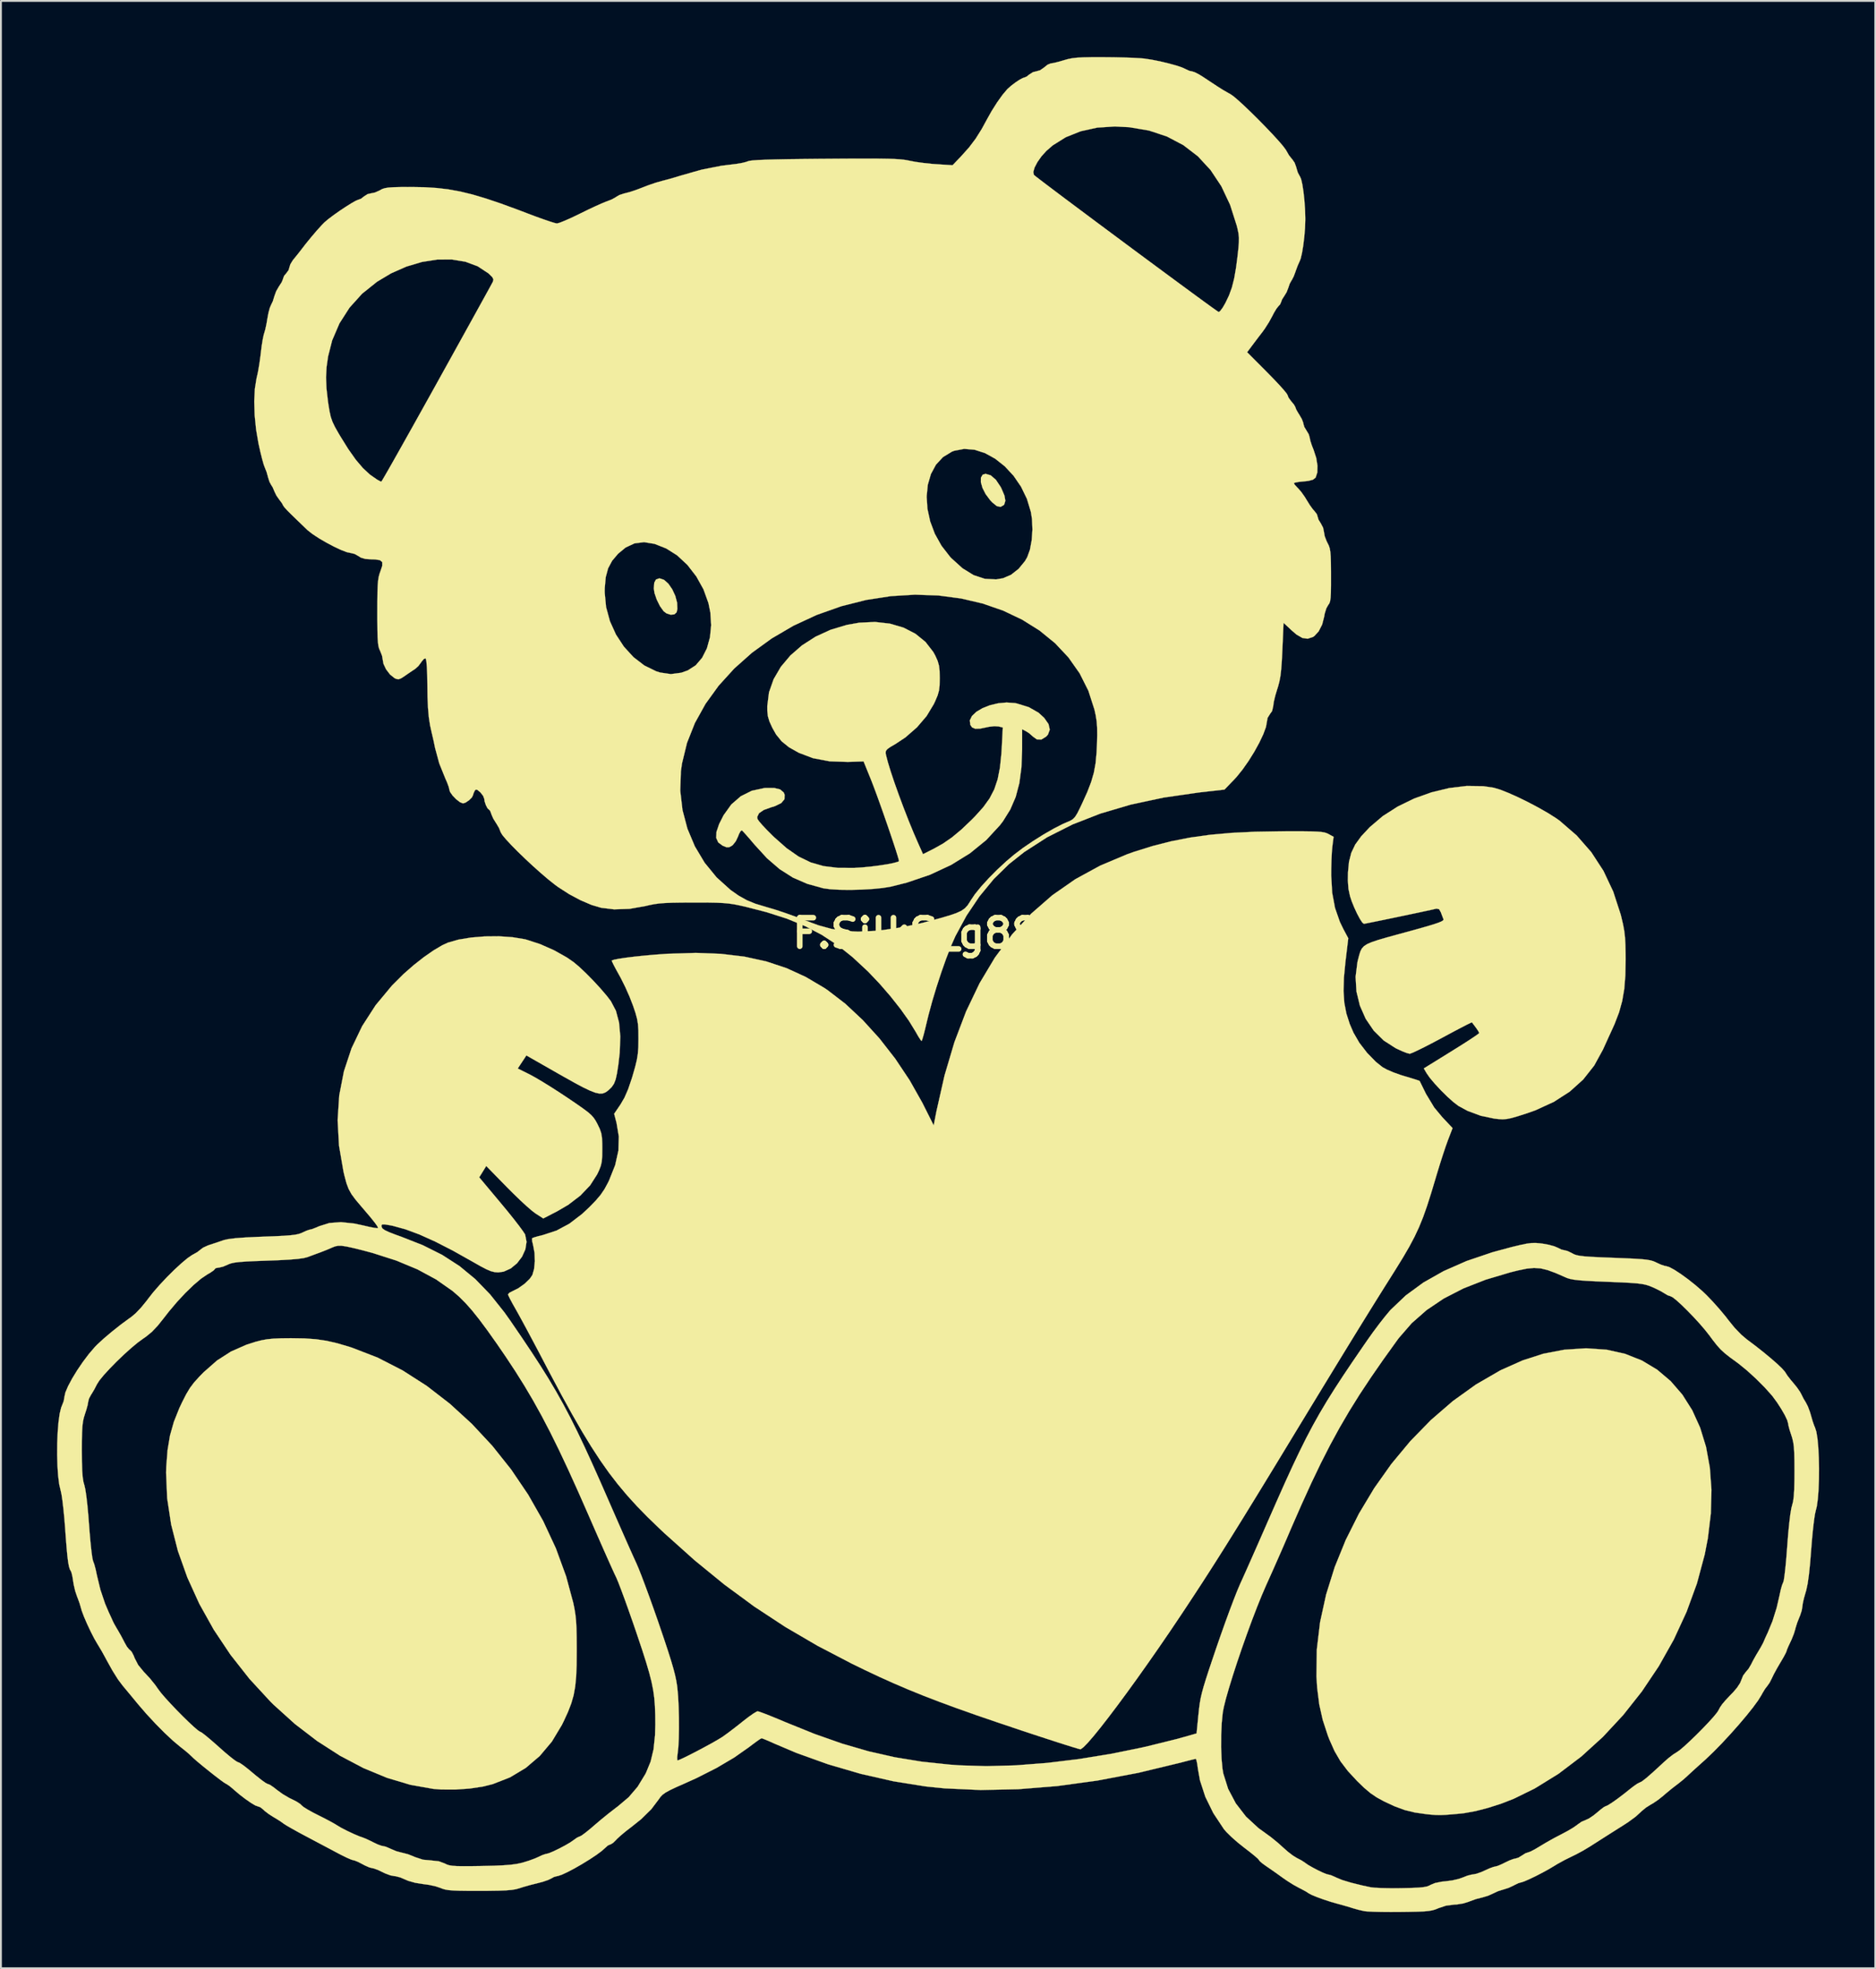
<source format=kicad_pcb>
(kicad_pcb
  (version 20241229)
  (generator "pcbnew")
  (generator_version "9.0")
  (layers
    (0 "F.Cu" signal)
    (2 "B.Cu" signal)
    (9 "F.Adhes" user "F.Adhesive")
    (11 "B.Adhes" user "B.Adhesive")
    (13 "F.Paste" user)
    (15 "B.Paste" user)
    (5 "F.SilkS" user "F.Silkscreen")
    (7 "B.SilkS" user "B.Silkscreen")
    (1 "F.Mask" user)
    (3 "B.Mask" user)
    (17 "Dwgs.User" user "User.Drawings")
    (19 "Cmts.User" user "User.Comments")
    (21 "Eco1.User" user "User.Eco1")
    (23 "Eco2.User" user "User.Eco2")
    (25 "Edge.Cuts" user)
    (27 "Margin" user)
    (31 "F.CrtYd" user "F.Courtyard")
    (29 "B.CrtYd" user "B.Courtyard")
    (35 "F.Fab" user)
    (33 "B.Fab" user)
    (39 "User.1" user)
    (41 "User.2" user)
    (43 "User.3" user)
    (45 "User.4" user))
  (footprint "F.SilkS_g884"
    (layer "F.Cu")
    (at 46.62 46.821)
    (property "Reference" "F.SilkS_g884" (at 0 0 0) (layer "F.SilkS") (effects (font (size 1.524 1.524) (thickness 0.3))))
    (attr through_hole)
    (fp_poly (pts (xy 3.276 -24.471) (xy 3.549 -24.234) (xy 3.802 -23.857) (xy 3.845 -23.774) (xy 4.008 -23.392) (xy 4.057 -23.113) (xy 3.997 -22.918) (xy 3.962 -22.877) (xy 3.794 -22.784) (xy 3.598 -22.83) (xy 3.359 -23.023) (xy 3.239 -23.151) (xy 2.998 -23.477) (xy 2.833 -23.803) (xy 2.749 -24.102) (xy 2.751 -24.346) (xy 2.843 -24.505) (xy 3 -24.553) (xy 3.276 -24.471)) (stroke (width 0.01) (type solid)) (fill yes) (layer "F.SilkS"))
    (fp_poly (pts (xy -14.182 -18.887) (xy -13.951 -18.68) (xy -13.745 -18.381) (xy -13.583 -18.031) (xy -13.486 -17.667) (xy -13.472 -17.33) (xy -13.513 -17.152) (xy -13.633 -17.042) (xy -13.833 -17.025) (xy -14.054 -17.096) (xy -14.204 -17.209) (xy -14.399 -17.48) (xy -14.572 -17.828) (xy -14.693 -18.181) (xy -14.73 -18.429) (xy -14.705 -18.736) (xy -14.614 -18.907) (xy -14.444 -18.965) (xy -14.418 -18.965) (xy -14.182 -18.887)) (stroke (width 0.01) (type solid)) (fill yes) (layer "F.SilkS"))
    (fp_poly (pts (xy 36.196 22.251) (xy 37.177 22.471) (xy 38.076 22.828) (xy 38.888 23.316) (xy 39.609 23.926) (xy 40.236 24.651) (xy 40.763 25.484) (xy 41.186 26.417) (xy 41.501 27.443) (xy 41.704 28.554) (xy 41.791 29.743) (xy 41.757 31.002) (xy 41.598 32.323) (xy 41.431 33.189) (xy 41.014 34.741) (xy 40.458 36.262) (xy 39.776 37.74) (xy 38.977 39.16) (xy 38.073 40.508) (xy 37.074 41.772) (xy 35.991 42.936) (xy 34.835 43.987) (xy 33.616 44.911) (xy 32.347 45.695) (xy 31.219 46.247) (xy 30.555 46.506) (xy 29.855 46.73) (xy 29.175 46.906) (xy 28.57 47.015) (xy 28.415 47.033) (xy 27.934 47.077) (xy 27.576 47.104) (xy 27.297 47.115) (xy 27.052 47.11) (xy 26.795 47.092) (xy 26.554 47.067) (xy 25.942 46.98) (xy 25.397 46.846) (xy 24.851 46.645) (xy 24.29 46.383) (xy 23.904 46.173) (xy 23.568 45.945) (xy 23.228 45.658) (xy 22.86 45.302) (xy 22.358 44.76) (xy 21.967 44.245) (xy 21.649 43.699) (xy 21.367 43.066) (xy 21.287 42.856) (xy 21.018 42.034) (xy 20.833 41.209) (xy 20.72 40.32) (xy 20.682 39.708) (xy 20.701 38.27) (xy 20.876 36.807) (xy 21.198 35.334) (xy 21.657 33.866) (xy 22.245 32.419) (xy 22.953 31.007) (xy 23.771 29.645) (xy 24.69 28.348) (xy 25.702 27.131) (xy 26.797 26.009) (xy 27.967 24.997) (xy 29.203 24.11) (xy 30.494 23.362) (xy 30.565 23.327) (xy 31.702 22.82) (xy 32.809 22.464) (xy 33.915 22.252) (xy 35.049 22.176) (xy 35.137 22.176) (xy 36.196 22.251)) (stroke (width 0.01) (type solid)) (fill yes) (layer "F.SilkS"))
    (fp_poly (pts (xy -33.401 21.646) (xy -32.789 21.689) (xy -32.222 21.773) (xy -31.64 21.907) (xy -30.982 22.102) (xy -30.85 22.145) (xy -29.487 22.673) (xy -28.155 23.356) (xy -26.866 24.182) (xy -25.63 25.137) (xy -24.458 26.209) (xy -23.363 27.384) (xy -22.355 28.65) (xy -21.445 29.994) (xy -20.644 31.402) (xy -19.964 32.863) (xy -19.416 34.363) (xy -19.034 35.782) (xy -18.968 36.105) (xy -18.919 36.414) (xy -18.885 36.742) (xy -18.864 37.125) (xy -18.853 37.6) (xy -18.849 38.2) (xy -18.849 38.354) (xy -18.855 39.108) (xy -18.881 39.728) (xy -18.932 40.251) (xy -19.016 40.713) (xy -19.141 41.149) (xy -19.313 41.596) (xy -19.539 42.088) (xy -19.647 42.307) (xy -20.179 43.191) (xy -20.824 43.957) (xy -21.573 44.596) (xy -22.415 45.101) (xy -23.339 45.462) (xy -23.874 45.595) (xy -24.574 45.7) (xy -25.34 45.753) (xy -26.087 45.75) (xy -26.509 45.718) (xy -27.734 45.501) (xy -28.983 45.129) (xy -30.242 44.608) (xy -31.493 43.949) (xy -32.722 43.159) (xy -33.913 42.246) (xy -35.05 41.219) (xy -35.214 41.057) (xy -36.338 39.838) (xy -37.351 38.551) (xy -38.246 37.21) (xy -39.017 35.83) (xy -39.657 34.423) (xy -40.162 33.005) (xy -40.523 31.589) (xy -40.736 30.188) (xy -40.794 28.818) (xy -40.784 28.499) (xy -40.715 27.614) (xy -40.585 26.835) (xy -40.379 26.105) (xy -40.084 25.367) (xy -39.94 25.061) (xy -39.722 24.633) (xy -39.522 24.298) (xy -39.3 24.002) (xy -39.015 23.687) (xy -38.782 23.45) (xy -38.074 22.827) (xy -37.326 22.347) (xy -36.494 21.981) (xy -36.021 21.83) (xy -35.704 21.748) (xy -35.398 21.692) (xy -35.058 21.658) (xy -34.638 21.64) (xy -34.121 21.635) (xy -33.401 21.646)) (stroke (width 0.01) (type solid)) (fill yes) (layer "F.SilkS"))
    (fp_poly (pts (xy 29.599 -7.862) (xy 30.158 -7.778) (xy 30.496 -7.677) (xy 30.94 -7.502) (xy 31.454 -7.272) (xy 32.001 -7.004) (xy 32.545 -6.716) (xy 33.05 -6.428) (xy 33.479 -6.157) (xy 33.677 -6.017) (xy 34.587 -5.229) (xy 35.367 -4.337) (xy 36.018 -3.338) (xy 36.541 -2.229) (xy 36.939 -1.007) (xy 36.977 -0.856) (xy 37.067 -0.473) (xy 37.129 -0.135) (xy 37.169 0.206) (xy 37.192 0.597) (xy 37.203 1.085) (xy 37.205 1.397) (xy 37.189 2.244) (xy 37.131 2.969) (xy 37.021 3.615) (xy 36.852 4.226) (xy 36.614 4.844) (xy 36.489 5.122) (xy 36.326 5.477) (xy 36.139 5.888) (xy 35.993 6.21) (xy 35.524 7.066) (xy 34.934 7.814) (xy 34.216 8.459) (xy 33.367 9.006) (xy 32.38 9.458) (xy 31.865 9.639) (xy 31.424 9.779) (xy 31.101 9.871) (xy 30.852 9.922) (xy 30.634 9.938) (xy 30.405 9.926) (xy 30.181 9.9) (xy 29.458 9.748) (xy 28.759 9.488) (xy 28.271 9.224) (xy 28.005 9.022) (xy 27.68 8.731) (xy 27.334 8.39) (xy 27.007 8.038) (xy 26.736 7.716) (xy 26.566 7.472) (xy 26.419 7.219) (xy 27.899 6.303) (xy 28.344 6.025) (xy 28.736 5.776) (xy 29.052 5.568) (xy 29.272 5.418) (xy 29.375 5.337) (xy 29.379 5.33) (xy 29.333 5.23) (xy 29.218 5.06) (xy 29.194 5.028) (xy 29.068 4.86) (xy 28.995 4.762) (xy 28.991 4.756) (xy 28.914 4.787) (xy 28.711 4.887) (xy 28.404 5.046) (xy 28.013 5.251) (xy 27.562 5.493) (xy 27.397 5.582) (xy 26.919 5.836) (xy 26.485 6.061) (xy 26.118 6.242) (xy 25.844 6.37) (xy 25.685 6.431) (xy 25.664 6.435) (xy 25.516 6.398) (xy 25.268 6.302) (xy 24.968 6.164) (xy 24.909 6.135) (xy 24.277 5.728) (xy 23.742 5.198) (xy 23.314 4.57) (xy 23.004 3.867) (xy 22.82 3.111) (xy 22.773 2.326) (xy 22.873 1.534) (xy 22.907 1.394) (xy 22.969 1.155) (xy 23.029 0.965) (xy 23.107 0.812) (xy 23.222 0.686) (xy 23.394 0.575) (xy 23.641 0.468) (xy 23.983 0.353) (xy 24.439 0.221) (xy 25.028 0.059) (xy 25.396 -0.041) (xy 26.052 -0.221) (xy 26.561 -0.366) (xy 26.939 -0.479) (xy 27.202 -0.568) (xy 27.368 -0.638) (xy 27.453 -0.694) (xy 27.473 -0.743) (xy 27.469 -0.755) (xy 27.4 -0.934) (xy 27.331 -1.121) (xy 27.237 -1.287) (xy 27.101 -1.318) (xy 27.064 -1.311) (xy 26.858 -1.264) (xy 26.538 -1.195) (xy 26.131 -1.108) (xy 25.667 -1.01) (xy 25.174 -0.906) (xy 24.681 -0.803) (xy 24.216 -0.707) (xy 23.809 -0.624) (xy 23.487 -0.559) (xy 23.279 -0.519) (xy 23.215 -0.508) (xy 23.128 -0.581) (xy 23.001 -0.775) (xy 22.853 -1.053) (xy 22.702 -1.378) (xy 22.567 -1.71) (xy 22.477 -1.981) (xy 22.392 -2.375) (xy 22.36 -2.821) (xy 22.367 -3.255) (xy 22.421 -3.821) (xy 22.544 -4.303) (xy 22.754 -4.743) (xy 23.072 -5.182) (xy 23.518 -5.66) (xy 23.531 -5.673) (xy 24.225 -6.263) (xy 25.028 -6.776) (xy 25.908 -7.204) (xy 26.836 -7.535) (xy 27.78 -7.762) (xy 28.712 -7.874) (xy 29.599 -7.862)) (stroke (width 0.01) (type solid)) (fill yes) (layer "F.SilkS"))
    (fp_poly (pts (xy -2.112 -16.547) (xy -1.387 -16.334) (xy -0.748 -16.006) (xy -0.212 -15.57) (xy 0.204 -15.033) (xy 0.316 -14.829) (xy 0.438 -14.554) (xy 0.509 -14.304) (xy 0.542 -14.013) (xy 0.549 -13.631) (xy 0.542 -13.255) (xy 0.51 -12.973) (xy 0.436 -12.712) (xy 0.305 -12.402) (xy 0.232 -12.247) (xy -0.151 -11.611) (xy -0.667 -11.007) (xy -1.281 -10.471) (xy -1.803 -10.125) (xy -2.091 -9.956) (xy -2.258 -9.837) (xy -2.331 -9.738) (xy -2.34 -9.626) (xy -2.323 -9.533) (xy -2.226 -9.154) (xy -2.072 -8.651) (xy -1.873 -8.055) (xy -1.639 -7.399) (xy -1.383 -6.712) (xy -1.116 -6.027) (xy -0.849 -5.375) (xy -0.601 -4.803) (xy -0.344 -4.229) (xy 0.234 -4.52) (xy 0.73 -4.798) (xy 1.208 -5.129) (xy 1.703 -5.541) (xy 2.247 -6.059) (xy 2.443 -6.258) (xy 2.876 -6.74) (xy 3.213 -7.207) (xy 3.465 -7.693) (xy 3.646 -8.233) (xy 3.768 -8.858) (xy 3.845 -9.603) (xy 3.867 -9.965) (xy 3.92 -10.997) (xy 3.694 -11.054) (xy 3.47 -11.068) (xy 3.185 -11.036) (xy 3.093 -11.016) (xy 2.708 -10.937) (xy 2.447 -10.93) (xy 2.28 -11.002) (xy 2.185 -11.136) (xy 2.157 -11.377) (xy 2.272 -11.613) (xy 2.506 -11.835) (xy 2.833 -12.029) (xy 3.229 -12.185) (xy 3.666 -12.29) (xy 4.121 -12.333) (xy 4.568 -12.302) (xy 4.661 -12.284) (xy 5.308 -12.085) (xy 5.827 -11.79) (xy 6.133 -11.509) (xy 6.364 -11.179) (xy 6.43 -10.882) (xy 6.331 -10.617) (xy 6.239 -10.513) (xy 5.983 -10.355) (xy 5.737 -10.363) (xy 5.538 -10.507) (xy 5.332 -10.688) (xy 5.165 -10.795) (xy 4.953 -10.904) (xy 4.952 -9.834) (xy 4.916 -8.867) (xy 4.804 -8.027) (xy 4.609 -7.288) (xy 4.322 -6.62) (xy 3.935 -5.998) (xy 3.769 -5.779) (xy 3.035 -4.983) (xy 2.161 -4.273) (xy 1.157 -3.654) (xy 0.033 -3.131) (xy -1.202 -2.711) (xy -2.045 -2.498) (xy -2.482 -2.425) (xy -3.022 -2.37) (xy -3.621 -2.335) (xy -4.233 -2.32) (xy -4.812 -2.327) (xy -5.312 -2.357) (xy -5.673 -2.407) (xy -6.527 -2.643) (xy -7.294 -2.976) (xy -8.002 -3.426) (xy -8.678 -4.008) (xy -9.35 -4.741) (xy -9.35 -4.741) (xy -9.599 -5.036) (xy -9.813 -5.28) (xy -9.965 -5.446) (xy -10.027 -5.503) (xy -10.096 -5.457) (xy -10.184 -5.292) (xy -10.225 -5.182) (xy -10.346 -4.925) (xy -10.504 -4.723) (xy -10.554 -4.682) (xy -10.708 -4.599) (xy -10.844 -4.598) (xy -11.043 -4.679) (xy -11.052 -4.683) (xy -11.286 -4.856) (xy -11.396 -5.098) (xy -11.381 -5.421) (xy -11.241 -5.836) (xy -11.002 -6.308) (xy -10.589 -6.885) (xy -10.084 -7.323) (xy -9.495 -7.617) (xy -8.829 -7.761) (xy -8.768 -7.766) (xy -8.302 -7.768) (xy -7.978 -7.688) (xy -7.787 -7.523) (xy -7.738 -7.404) (xy -7.75 -7.162) (xy -7.92 -6.96) (xy -8.252 -6.797) (xy -8.467 -6.731) (xy -8.858 -6.59) (xy -9.108 -6.417) (xy -9.205 -6.219) (xy -9.192 -6.113) (xy -9.112 -5.993) (xy -8.934 -5.784) (xy -8.68 -5.515) (xy -8.376 -5.211) (xy -8.299 -5.137) (xy -7.632 -4.548) (xy -6.994 -4.103) (xy -6.348 -3.789) (xy -5.662 -3.592) (xy -4.898 -3.498) (xy -4.024 -3.494) (xy -4.022 -3.494) (xy -3.6 -3.521) (xy -3.143 -3.565) (xy -2.689 -3.623) (xy -2.274 -3.687) (xy -1.932 -3.754) (xy -1.7 -3.817) (xy -1.627 -3.852) (xy -1.642 -3.938) (xy -1.706 -4.159) (xy -1.81 -4.489) (xy -1.947 -4.906) (xy -2.108 -5.383) (xy -2.284 -5.897) (xy -2.467 -6.422) (xy -2.649 -6.936) (xy -2.821 -7.412) (xy -2.975 -7.826) (xy -3.102 -8.154) (xy -3.113 -8.183) (xy -3.52 -9.186) (xy -4.363 -9.158) (xy -5.34 -9.191) (xy -6.223 -9.358) (xy -6.985 -9.648) (xy -7.504 -9.94) (xy -7.895 -10.255) (xy -8.197 -10.628) (xy -8.397 -10.983) (xy -8.551 -11.321) (xy -8.634 -11.598) (xy -8.665 -11.897) (xy -8.666 -12.144) (xy -8.575 -12.874) (xy -8.328 -13.577) (xy -7.942 -14.239) (xy -7.431 -14.847) (xy -6.808 -15.388) (xy -6.088 -15.85) (xy -5.285 -16.218) (xy -4.414 -16.48) (xy -3.753 -16.597) (xy -2.907 -16.637) (xy -2.112 -16.547)) (stroke (width 0.01) (type solid)) (fill yes) (layer "F.SilkS"))
    (fp_poly (pts (xy 19.989 -5.452) (xy 20.406 -5.446) (xy 20.716 -5.434) (xy 20.942 -5.416) (xy 21.104 -5.389) (xy 21.224 -5.353) (xy 21.319 -5.309) (xy 21.597 -5.156) (xy 21.53 -4.631) (xy 21.503 -4.328) (xy 21.483 -3.915) (xy 21.471 -3.451) (xy 21.469 -3.09) (xy 21.521 -2.171) (xy 21.673 -1.357) (xy 21.932 -0.612) (xy 22.117 -0.231) (xy 22.381 0.264) (xy 22.23 1.531) (xy 22.149 2.369) (xy 22.128 3.083) (xy 22.17 3.71) (xy 22.28 4.286) (xy 22.461 4.848) (xy 22.66 5.31) (xy 22.973 5.85) (xy 23.389 6.389) (xy 23.856 6.868) (xy 24.213 7.153) (xy 24.45 7.283) (xy 24.793 7.431) (xy 25.184 7.571) (xy 25.368 7.627) (xy 25.712 7.729) (xy 25.986 7.814) (xy 26.157 7.872) (xy 26.195 7.889) (xy 26.237 7.972) (xy 26.335 8.172) (xy 26.471 8.45) (xy 26.534 8.579) (xy 26.978 9.312) (xy 27.405 9.825) (xy 27.955 10.408) (xy 27.702 11.067) (xy 27.588 11.385) (xy 27.443 11.818) (xy 27.283 12.319) (xy 27.123 12.84) (xy 27.055 13.068) (xy 26.81 13.885) (xy 26.59 14.573) (xy 26.38 15.168) (xy 26.162 15.704) (xy 25.922 16.216) (xy 25.644 16.741) (xy 25.311 17.313) (xy 24.908 17.967) (xy 24.702 18.295) (xy 24.312 18.913) (xy 23.889 19.59) (xy 23.425 20.336) (xy 22.915 21.161) (xy 22.352 22.077) (xy 21.729 23.095) (xy 21.04 24.224) (xy 20.277 25.476) (xy 19.435 26.862) (xy 19.346 27.009) (xy 18.596 28.244) (xy 17.922 29.349) (xy 17.315 30.34) (xy 16.766 31.232) (xy 16.264 32.041) (xy 15.8 32.784) (xy 15.364 33.474) (xy 14.946 34.129) (xy 14.537 34.763) (xy 14.125 35.393) (xy 13.703 36.033) (xy 13.455 36.407) (xy 12.861 37.291) (xy 12.265 38.161) (xy 11.677 39.004) (xy 11.105 39.811) (xy 10.556 40.57) (xy 10.04 41.269) (xy 9.564 41.898) (xy 9.138 42.445) (xy 8.769 42.899) (xy 8.466 43.249) (xy 8.237 43.484) (xy 8.091 43.593) (xy 8.064 43.599) (xy 7.952 43.572) (xy 7.699 43.497) (xy 7.323 43.38) (xy 6.842 43.227) (xy 6.276 43.043) (xy 5.642 42.836) (xy 4.961 42.61) (xy 4.911 42.594) (xy 3.624 42.161) (xy 2.477 41.768) (xy 1.45 41.404) (xy 0.519 41.061) (xy -0.338 40.731) (xy -1.141 40.405) (xy -1.914 40.074) (xy -2.678 39.73) (xy -3.455 39.364) (xy -4.149 39.026) (xy -5.983 38.069) (xy -7.711 37.059) (xy -9.362 35.974) (xy -10.965 34.795) (xy -12.552 33.499) (xy -14.152 32.066) (xy -14.456 31.78) (xy -15.07 31.185) (xy -15.633 30.609) (xy -16.155 30.034) (xy -16.649 29.445) (xy -17.127 28.825) (xy -17.598 28.157) (xy -18.076 27.424) (xy -18.571 26.611) (xy -19.095 25.699) (xy -19.66 24.674) (xy -20.277 23.518) (xy -20.569 22.961) (xy -20.882 22.364) (xy -21.193 21.777) (xy -21.486 21.227) (xy -21.747 20.744) (xy -21.959 20.356) (xy -22.104 20.097) (xy -22.282 19.782) (xy -22.422 19.519) (xy -22.506 19.344) (xy -22.521 19.295) (xy -22.451 19.21) (xy -22.303 19.132) (xy -21.962 18.96) (xy -21.629 18.722) (xy -21.359 18.46) (xy -21.22 18.258) (xy -21.127 17.935) (xy -21.087 17.519) (xy -21.103 17.077) (xy -21.177 16.679) (xy -21.18 16.667) (xy -21.231 16.451) (xy -21.239 16.31) (xy -21.231 16.292) (xy -21.13 16.25) (xy -20.912 16.186) (xy -20.655 16.122) (xy -19.933 15.885) (xy -19.245 15.517) (xy -18.568 15.001) (xy -18.194 14.652) (xy -17.837 14.285) (xy -17.574 13.976) (xy -17.369 13.675) (xy -17.183 13.333) (xy -17.122 13.208) (xy -16.795 12.387) (xy -16.622 11.611) (xy -16.6 10.859) (xy -16.722 10.131) (xy -16.849 9.643) (xy -16.509 9.143) (xy -16.299 8.783) (xy -16.104 8.336) (xy -15.91 7.767) (xy -15.86 7.602) (xy -15.725 7.13) (xy -15.635 6.759) (xy -15.583 6.432) (xy -15.557 6.088) (xy -15.55 5.671) (xy -15.55 5.63) (xy -15.554 5.19) (xy -15.576 4.855) (xy -15.626 4.559) (xy -15.714 4.24) (xy -15.845 3.852) (xy -16.028 3.382) (xy -16.258 2.864) (xy -16.495 2.388) (xy -16.574 2.245) (xy -16.75 1.927) (xy -16.886 1.669) (xy -16.965 1.502) (xy -16.978 1.456) (xy -16.859 1.412) (xy -16.597 1.36) (xy -16.22 1.303) (xy -15.754 1.246) (xy -15.226 1.191) (xy -14.663 1.141) (xy -14.091 1.1) (xy -13.987 1.093) (xy -12.502 1.047) (xy -11.143 1.097) (xy -9.89 1.246) (xy -8.729 1.5) (xy -7.64 1.86) (xy -6.608 2.333) (xy -5.615 2.92) (xy -5.438 3.04) (xy -4.497 3.763) (xy -3.569 4.631) (xy -2.672 5.618) (xy -1.829 6.699) (xy -1.061 7.849) (xy -0.387 9.043) (xy -0.319 9.177) (xy 0.227 10.266) (xy 0.373 9.514) (xy 0.807 7.595) (xy 1.335 5.815) (xy 1.959 4.173) (xy 2.679 2.667) (xy 3.499 1.296) (xy 4.419 0.056) (xy 5.44 -1.053) (xy 6.564 -2.034) (xy 7.792 -2.889) (xy 9.126 -3.618) (xy 10.567 -4.225) (xy 10.94 -4.357) (xy 11.931 -4.666) (xy 12.919 -4.918) (xy 13.932 -5.116) (xy 15 -5.265) (xy 16.15 -5.367) (xy 17.411 -5.428) (xy 18.754 -5.451) (xy 19.446 -5.453) (xy 19.989 -5.452)) (stroke (width 0.01) (type solid)) (fill yes) (layer "F.SilkS"))
    (fp_poly (pts (xy 9.3 -46.815) (xy 9.849 -46.81) (xy 10.386 -46.798) (xy 10.869 -46.781) (xy 11.257 -46.76) (xy 11.472 -46.742) (xy 11.87 -46.682) (xy 12.315 -46.594) (xy 12.763 -46.487) (xy 13.172 -46.375) (xy 13.499 -46.266) (xy 13.692 -46.177) (xy 13.891 -46.085) (xy 14.024 -46.059) (xy 14.17 -46.014) (xy 14.397 -45.899) (xy 14.599 -45.775) (xy 14.914 -45.567) (xy 15.243 -45.35) (xy 15.4 -45.246) (xy 15.687 -45.066) (xy 15.977 -44.898) (xy 16.077 -44.845) (xy 16.246 -44.727) (xy 16.505 -44.507) (xy 16.83 -44.209) (xy 17.199 -43.856) (xy 17.588 -43.47) (xy 17.975 -43.076) (xy 18.337 -42.695) (xy 18.651 -42.352) (xy 18.895 -42.068) (xy 19.044 -41.868) (xy 19.071 -41.821) (xy 19.21 -41.578) (xy 19.365 -41.382) (xy 19.383 -41.365) (xy 19.515 -41.175) (xy 19.606 -40.924) (xy 19.609 -40.904) (xy 19.684 -40.652) (xy 19.792 -40.452) (xy 19.801 -40.441) (xy 19.866 -40.289) (xy 19.93 -40.003) (xy 19.988 -39.619) (xy 20.036 -39.173) (xy 20.07 -38.7) (xy 20.085 -38.236) (xy 20.085 -38.1) (xy 20.069 -37.673) (xy 20.031 -37.213) (xy 19.977 -36.764) (xy 19.912 -36.367) (xy 19.843 -36.068) (xy 19.796 -35.941) (xy 19.682 -35.686) (xy 19.572 -35.391) (xy 19.559 -35.348) (xy 19.466 -35.102) (xy 19.369 -34.913) (xy 19.347 -34.883) (xy 19.25 -34.707) (xy 19.183 -34.508) (xy 19.084 -34.253) (xy 18.96 -34.052) (xy 18.844 -33.873) (xy 18.796 -33.739) (xy 18.737 -33.603) (xy 18.66 -33.521) (xy 18.548 -33.383) (xy 18.408 -33.151) (xy 18.321 -32.981) (xy 18.146 -32.661) (xy 17.926 -32.315) (xy 17.801 -32.141) (xy 17.575 -31.846) (xy 17.344 -31.541) (xy 17.23 -31.389) (xy 16.976 -31.05) (xy 18.055 -29.967) (xy 18.401 -29.613) (xy 18.702 -29.294) (xy 18.937 -29.031) (xy 19.087 -28.846) (xy 19.135 -28.763) (xy 19.189 -28.624) (xy 19.321 -28.442) (xy 19.346 -28.414) (xy 19.486 -28.242) (xy 19.556 -28.114) (xy 19.558 -28.1) (xy 19.602 -27.984) (xy 19.714 -27.79) (xy 19.77 -27.704) (xy 19.901 -27.477) (xy 19.975 -27.282) (xy 19.981 -27.235) (xy 20.032 -27.059) (xy 20.151 -26.862) (xy 20.271 -26.662) (xy 20.32 -26.487) (xy 20.352 -26.327) (xy 20.434 -26.072) (xy 20.532 -25.823) (xy 20.669 -25.402) (xy 20.735 -24.988) (xy 20.727 -24.627) (xy 20.642 -24.364) (xy 20.628 -24.343) (xy 20.494 -24.239) (xy 20.254 -24.175) (xy 19.993 -24.147) (xy 19.721 -24.119) (xy 19.534 -24.082) (xy 19.473 -24.05) (xy 19.53 -23.958) (xy 19.668 -23.81) (xy 19.695 -23.785) (xy 19.863 -23.593) (xy 20.054 -23.324) (xy 20.162 -23.147) (xy 20.327 -22.881) (xy 20.489 -22.657) (xy 20.575 -22.562) (xy 20.703 -22.396) (xy 20.743 -22.266) (xy 20.793 -22.1) (xy 20.913 -21.906) (xy 21.036 -21.673) (xy 21.082 -21.446) (xy 21.123 -21.218) (xy 21.227 -20.947) (xy 21.268 -20.867) (xy 21.337 -20.729) (xy 21.387 -20.583) (xy 21.421 -20.401) (xy 21.442 -20.15) (xy 21.453 -19.801) (xy 21.458 -19.324) (xy 21.458 -19.123) (xy 21.458 -18.594) (xy 21.452 -18.208) (xy 21.438 -17.938) (xy 21.413 -17.757) (xy 21.374 -17.638) (xy 21.319 -17.554) (xy 21.309 -17.543) (xy 21.209 -17.362) (xy 21.124 -17.088) (xy 21.092 -16.913) (xy 20.986 -16.499) (xy 20.802 -16.139) (xy 20.568 -15.883) (xy 20.489 -15.832) (xy 20.211 -15.742) (xy 19.93 -15.782) (xy 19.62 -15.961) (xy 19.374 -16.17) (xy 18.923 -16.592) (xy 18.859 -15.133) (xy 18.83 -14.554) (xy 18.797 -14.107) (xy 18.757 -13.756) (xy 18.703 -13.464) (xy 18.632 -13.193) (xy 18.583 -13.039) (xy 18.48 -12.698) (xy 18.405 -12.384) (xy 18.372 -12.161) (xy 18.372 -12.142) (xy 18.311 -11.876) (xy 18.203 -11.726) (xy 18.069 -11.51) (xy 18.034 -11.311) (xy 17.983 -11.025) (xy 17.841 -10.64) (xy 17.628 -10.188) (xy 17.36 -9.702) (xy 17.056 -9.213) (xy 16.733 -8.753) (xy 16.411 -8.354) (xy 16.289 -8.222) (xy 15.766 -7.68) (xy 14.4 -7.526) (xy 12.513 -7.253) (xy 10.757 -6.877) (xy 9.134 -6.398) (xy 7.644 -5.816) (xy 6.287 -5.131) (xy 5.065 -4.343) (xy 4.247 -3.695) (xy 3.437 -2.902) (xy 2.673 -1.974) (xy 1.982 -0.947) (xy 1.389 0.146) (xy 1.378 0.169) (xy 1.146 0.697) (xy 0.894 1.349) (xy 0.634 2.083) (xy 0.381 2.856) (xy 0.148 3.628) (xy -0.049 4.355) (xy -0.138 4.72) (xy -0.232 5.112) (xy -0.315 5.436) (xy -0.381 5.661) (xy -0.419 5.755) (xy -0.421 5.756) (xy -0.481 5.687) (xy -0.596 5.508) (xy -0.74 5.256) (xy -0.741 5.255) (xy -1.092 4.682) (xy -1.547 4.041) (xy -2.079 3.368) (xy -2.658 2.699) (xy -3.255 2.07) (xy -3.293 2.031) (xy -4.107 1.275) (xy -4.916 0.63) (xy -5.751 0.084) (xy -6.641 -0.382) (xy -7.614 -0.781) (xy -8.701 -1.129) (xy -9.779 -1.407) (xy -10.131 -1.488) (xy -10.431 -1.548) (xy -10.716 -1.59) (xy -11.02 -1.618) (xy -11.377 -1.635) (xy -11.822 -1.643) (xy -12.39 -1.645) (xy -12.615 -1.645) (xy -13.248 -1.642) (xy -13.743 -1.634) (xy -14.132 -1.619) (xy -14.447 -1.594) (xy -14.72 -1.556) (xy -14.983 -1.504) (xy -15.18 -1.457) (xy -16.027 -1.307) (xy -16.853 -1.28) (xy -17.543 -1.364) (xy -18.062 -1.518) (xy -18.65 -1.77) (xy -19.259 -2.095) (xy -19.841 -2.47) (xy -20.024 -2.604) (xy -20.379 -2.887) (xy -20.775 -3.225) (xy -21.19 -3.596) (xy -21.604 -3.981) (xy -21.994 -4.359) (xy -22.341 -4.71) (xy -22.624 -5.014) (xy -22.821 -5.25) (xy -22.912 -5.398) (xy -22.914 -5.405) (xy -23.001 -5.626) (xy -23.145 -5.869) (xy -23.163 -5.894) (xy -23.31 -6.131) (xy -23.409 -6.359) (xy -23.415 -6.381) (xy -23.476 -6.544) (xy -23.533 -6.604) (xy -23.613 -6.675) (xy -23.702 -6.845) (xy -23.771 -7.047) (xy -23.791 -7.186) (xy -23.85 -7.343) (xy -23.992 -7.524) (xy -24.007 -7.54) (xy -24.101 -7.617) (xy -13.317 -7.617) (xy -13.198 -6.589) (xy -12.935 -5.592) (xy -12.537 -4.646) (xy -12.014 -3.771) (xy -11.374 -2.988) (xy -10.628 -2.315) (xy -10.201 -2.016) (xy -9.772 -1.774) (xy -9.304 -1.581) (xy -8.733 -1.409) (xy -8.721 -1.405) (xy -8.29 -1.279) (xy -7.769 -1.108) (xy -7.222 -0.913) (xy -6.715 -0.717) (xy -6.7 -0.711) (xy -5.937 -0.429) (xy -5.232 -0.235) (xy -4.537 -0.124) (xy -3.806 -0.09) (xy -2.992 -0.125) (xy -2.473 -0.175) (xy -1.469 -0.322) (xy -0.391 -0.552) (xy 0.55 -0.802) (xy 1.057 -0.951) (xy 1.43 -1.078) (xy 1.698 -1.199) (xy 1.891 -1.333) (xy 2.041 -1.496) (xy 2.176 -1.705) (xy 2.205 -1.755) (xy 2.429 -2.087) (xy 2.759 -2.493) (xy 3.168 -2.942) (xy 3.627 -3.404) (xy 4.108 -3.851) (xy 4.53 -4.208) (xy 4.995 -4.56) (xy 5.532 -4.926) (xy 6.095 -5.28) (xy 6.639 -5.593) (xy 7.119 -5.838) (xy 7.311 -5.922) (xy 7.514 -6.009) (xy 7.661 -6.096) (xy 7.78 -6.219) (xy 7.899 -6.408) (xy 8.045 -6.698) (xy 8.153 -6.926) (xy 8.437 -7.553) (xy 8.643 -8.088) (xy 8.786 -8.582) (xy 8.878 -9.085) (xy 8.931 -9.649) (xy 8.952 -10.075) (xy 8.966 -10.592) (xy 8.961 -10.992) (xy 8.936 -11.327) (xy 8.885 -11.647) (xy 8.817 -11.957) (xy 8.493 -12.963) (xy 8.026 -13.893) (xy 7.428 -14.742) (xy 6.71 -15.506) (xy 5.882 -16.18) (xy 4.955 -16.76) (xy 3.941 -17.242) (xy 2.849 -17.621) (xy 1.692 -17.892) (xy 0.48 -18.052) (xy -0.776 -18.095) (xy -2.066 -18.017) (xy -3.377 -17.814) (xy -4.7 -17.481) (xy -4.709 -17.478) (xy -6.031 -17.01) (xy -7.274 -16.433) (xy -8.428 -15.757) (xy -9.484 -14.992) (xy -10.433 -14.148) (xy -11.264 -13.234) (xy -11.968 -12.26) (xy -12.536 -11.236) (xy -12.958 -10.172) (xy -13.224 -9.078) (xy -13.283 -8.655) (xy -13.317 -7.617) (xy -24.101 -7.617) (xy -24.161 -7.666) (xy -24.251 -7.676) (xy -24.302 -7.618) (xy -24.373 -7.459) (xy -24.383 -7.402) (xy -24.451 -7.263) (xy -24.61 -7.105) (xy -24.797 -6.981) (xy -24.927 -6.943) (xy -25.088 -7.006) (xy -25.29 -7.162) (xy -25.484 -7.362) (xy -25.62 -7.557) (xy -25.654 -7.667) (xy -25.689 -7.823) (xy -25.779 -8.065) (xy -25.86 -8.247) (xy -26.195 -9.076) (xy -26.422 -9.915) (xy -26.428 -9.948) (xy -26.497 -10.281) (xy -26.573 -10.612) (xy -26.597 -10.71) (xy -26.688 -11.119) (xy -26.754 -11.552) (xy -26.797 -12.046) (xy -26.823 -12.638) (xy -26.832 -13.309) (xy -26.84 -13.82) (xy -26.858 -14.232) (xy -26.883 -14.525) (xy -26.914 -14.675) (xy -26.925 -14.69) (xy -27.019 -14.661) (xy -27.137 -14.522) (xy -27.152 -14.497) (xy -27.31 -14.284) (xy -27.479 -14.131) (xy -27.661 -14.011) (xy -27.905 -13.845) (xy -28.017 -13.767) (xy -28.235 -13.624) (xy -28.378 -13.572) (xy -28.507 -13.598) (xy -28.588 -13.638) (xy -28.828 -13.831) (xy -29.039 -14.108) (xy -29.178 -14.404) (xy -29.21 -14.587) (xy -29.252 -14.828) (xy -29.352 -15.085) (xy -29.358 -15.096) (xy -29.409 -15.209) (xy -29.447 -15.352) (xy -29.473 -15.551) (xy -29.491 -15.83) (xy -29.501 -16.213) (xy -29.506 -16.724) (xy -29.506 -17.145) (xy -29.505 -17.76) (xy -29.498 -18.215) (xy -17.356 -18.215) (xy -17.282 -17.436) (xy -17.076 -16.679) (xy -16.753 -15.964) (xy -16.328 -15.316) (xy -15.818 -14.758) (xy -15.238 -14.312) (xy -14.606 -14.002) (xy -14.391 -13.934) (xy -13.82 -13.85) (xy -13.266 -13.923) (xy -12.912 -14.049) (xy -12.491 -14.32) (xy -12.149 -14.721) (xy -11.892 -15.228) (xy -11.729 -15.818) (xy -11.665 -16.466) (xy -11.709 -17.148) (xy -11.81 -17.645) (xy -12.075 -18.379) (xy -12.458 -19.069) (xy -12.936 -19.686) (xy -13.484 -20.196) (xy -14.065 -20.563) (xy -14.688 -20.809) (xy -15.249 -20.9) (xy -15.76 -20.837) (xy -16.234 -20.617) (xy -16.64 -20.282) (xy -16.957 -19.907) (xy -17.173 -19.503) (xy -17.3 -19.03) (xy -17.352 -18.451) (xy -17.356 -18.215) (xy -29.498 -18.215) (xy -29.498 -18.231) (xy -29.485 -18.587) (xy -29.463 -18.853) (xy -29.43 -19.056) (xy -29.385 -19.222) (xy -29.348 -19.322) (xy -29.242 -19.638) (xy -29.242 -19.835) (xy -29.365 -19.939) (xy -29.628 -19.978) (xy -29.789 -19.981) (xy -30.141 -20.003) (xy -30.385 -20.075) (xy -30.503 -20.151) (xy -30.718 -20.272) (xy -30.917 -20.32) (xy -31.131 -20.365) (xy -31.446 -20.486) (xy -31.825 -20.664) (xy -32.231 -20.879) (xy -32.626 -21.109) (xy -32.973 -21.337) (xy -33.234 -21.541) (xy -33.267 -21.572) (xy -33.562 -21.857) (xy -33.892 -22.176) (xy -34.112 -22.389) (xy -34.325 -22.603) (xy -34.48 -22.774) (xy -34.544 -22.867) (xy -34.544 -22.869) (xy -34.594 -22.97) (xy -34.716 -23.136) (xy -34.744 -23.171) (xy -34.864 -23.343) (xy -0.15 -23.343) (xy -0.108 -22.684) (xy 0.038 -22.012) (xy 0.288 -21.347) (xy 0.643 -20.709) (xy 1.101 -20.119) (xy 1.173 -20.042) (xy 1.765 -19.506) (xy 2.359 -19.14) (xy 2.958 -18.942) (xy 3.563 -18.911) (xy 3.937 -18.974) (xy 4.361 -19.158) (xy 4.763 -19.474) (xy 5.102 -19.886) (xy 5.225 -20.097) (xy 5.372 -20.502) (xy 5.466 -21.014) (xy 5.504 -21.578) (xy 5.48 -22.139) (xy 5.422 -22.512) (xy 5.209 -23.216) (xy 4.894 -23.866) (xy 4.495 -24.448) (xy 4.03 -24.95) (xy 3.516 -25.358) (xy 2.971 -25.659) (xy 2.412 -25.839) (xy 1.856 -25.885) (xy 1.322 -25.784) (xy 1.197 -25.736) (xy 0.721 -25.445) (xy 0.347 -25.04) (xy 0.078 -24.541) (xy -0.088 -23.969) (xy -0.15 -23.343) (xy -34.864 -23.343) (xy -34.9 -23.394) (xy -35.005 -23.611) (xy -35.008 -23.622) (xy -35.1 -23.837) (xy -35.18 -23.961) (xy -35.27 -24.129) (xy -35.345 -24.366) (xy -35.349 -24.384) (xy -35.425 -24.656) (xy -35.521 -24.896) (xy -35.521 -24.896) (xy -35.581 -25.06) (xy -35.662 -25.35) (xy -35.756 -25.726) (xy -35.85 -26.147) (xy -35.855 -26.166) (xy -35.983 -26.918) (xy -36.06 -27.685) (xy -36.082 -28.424) (xy -36.05 -29.093) (xy -35.961 -29.649) (xy -35.948 -29.7) (xy -35.948 -29.701) (xy -32.248 -29.701) (xy -32.224 -29.118) (xy -32.147 -28.443) (xy -32.127 -28.304) (xy -32.062 -27.904) (xy -31.995 -27.599) (xy -31.904 -27.335) (xy -31.77 -27.055) (xy -31.571 -26.705) (xy -31.493 -26.574) (xy -31.056 -25.871) (xy -30.657 -25.307) (xy -30.279 -24.862) (xy -29.904 -24.513) (xy -29.515 -24.242) (xy -29.51 -24.239) (xy -29.359 -24.158) (xy -29.293 -24.133) (xy -29.245 -24.205) (xy -29.123 -24.413) (xy -28.931 -24.745) (xy -28.678 -25.191) (xy -28.369 -25.738) (xy -28.012 -26.374) (xy -27.612 -27.087) (xy -27.177 -27.867) (xy -26.712 -28.701) (xy -26.329 -29.39) (xy -25.845 -30.263) (xy -25.384 -31.095) (xy -24.952 -31.875) (xy -24.556 -32.59) (xy -24.204 -33.227) (xy -23.902 -33.774) (xy -23.656 -34.22) (xy -23.474 -34.551) (xy -23.363 -34.756) (xy -23.329 -34.82) (xy -23.301 -34.94) (xy -23.362 -35.064) (xy -23.534 -35.233) (xy -23.583 -35.275) (xy -24.145 -35.644) (xy -24.799 -35.886) (xy -25.525 -36.005) (xy -26.305 -36) (xy -27.119 -35.874) (xy -27.948 -35.628) (xy -28.772 -35.264) (xy -29.523 -34.815) (xy -30.321 -34.176) (xy -30.992 -33.431) (xy -31.528 -32.595) (xy -31.92 -31.681) (xy -32.138 -30.824) (xy -32.22 -30.25) (xy -32.248 -29.701) (xy -35.948 -29.701) (xy -35.881 -30.009) (xy -35.811 -30.415) (xy -35.751 -30.848) (xy -35.733 -31.004) (xy -35.685 -31.388) (xy -35.629 -31.732) (xy -35.576 -31.986) (xy -35.552 -32.063) (xy -35.491 -32.274) (xy -35.426 -32.579) (xy -35.381 -32.848) (xy -35.322 -33.162) (xy -35.249 -33.428) (xy -35.188 -33.569) (xy -35.09 -33.774) (xy -35.011 -34.029) (xy -35.01 -34.036) (xy -34.911 -34.31) (xy -34.757 -34.576) (xy -34.744 -34.593) (xy -34.614 -34.795) (xy -34.547 -34.96) (xy -34.544 -34.983) (xy -34.486 -35.132) (xy -34.375 -35.264) (xy -34.246 -35.439) (xy -34.205 -35.583) (xy -34.153 -35.75) (xy -34.023 -35.963) (xy -33.972 -36.026) (xy -33.785 -36.256) (xy -33.617 -36.469) (xy -33.592 -36.503) (xy -33.332 -36.839) (xy -33.035 -37.204) (xy -32.738 -37.552) (xy -32.477 -37.841) (xy -32.332 -37.989) (xy -32.13 -38.16) (xy -31.851 -38.37) (xy -31.532 -38.596) (xy -31.204 -38.814) (xy -30.904 -39.003) (xy -30.665 -39.139) (xy -30.522 -39.2) (xy -30.511 -39.201) (xy -30.37 -39.256) (xy -30.226 -39.37) (xy -30.025 -39.498) (xy -29.847 -39.539) (xy -29.634 -39.583) (xy -29.39 -39.691) (xy -29.36 -39.708) (xy -29.241 -39.772) (xy -29.102 -39.817) (xy -28.917 -39.847) (xy -28.654 -39.866) (xy -28.286 -39.875) (xy -27.783 -39.878) (xy -27.674 -39.878) (xy -26.979 -39.866) (xy -26.334 -39.826) (xy -25.711 -39.753) (xy -25.083 -39.639) (xy -24.424 -39.479) (xy -23.706 -39.266) (xy -22.902 -38.995) (xy -21.985 -38.659) (xy -21.524 -38.483) (xy -21.052 -38.305) (xy -20.624 -38.151) (xy -20.271 -38.031) (xy -20.02 -37.954) (xy -19.906 -37.931) (xy -19.767 -37.967) (xy -19.511 -38.068) (xy -19.17 -38.218) (xy -18.777 -38.405) (xy -18.647 -38.469) (xy -18.226 -38.675) (xy -17.83 -38.861) (xy -17.496 -39.009) (xy -17.266 -39.103) (xy -17.23 -39.115) (xy -16.977 -39.214) (xy -16.776 -39.325) (xy -16.745 -39.349) (xy -16.566 -39.451) (xy -16.317 -39.533) (xy -16.28 -39.541) (xy -16.006 -39.613) (xy -15.68 -39.721) (xy -15.536 -39.775) (xy -15.024 -39.972) (xy -14.612 -40.113) (xy -14.246 -40.216) (xy -14.182 -40.232) (xy -13.909 -40.304) (xy -13.567 -40.403) (xy -13.335 -40.475) (xy -12.615 -40.68) (xy 5.549 -40.68) (xy 5.58 -40.528) (xy 5.583 -40.525) (xy 5.679 -40.446) (xy 5.896 -40.278) (xy 6.22 -40.031) (xy 6.639 -39.715) (xy 7.138 -39.339) (xy 7.706 -38.914) (xy 8.329 -38.449) (xy 8.993 -37.953) (xy 9.686 -37.438) (xy 10.395 -36.911) (xy 11.105 -36.384) (xy 11.805 -35.866) (xy 12.482 -35.366) (xy 13.12 -34.895) (xy 13.709 -34.462) (xy 14.234 -34.076) (xy 14.683 -33.748) (xy 15.042 -33.488) (xy 15.298 -33.305) (xy 15.439 -33.209) (xy 15.461 -33.196) (xy 15.546 -33.262) (xy 15.676 -33.44) (xy 15.813 -33.676) (xy 16.01 -34.087) (xy 16.164 -34.513) (xy 16.286 -34.994) (xy 16.386 -35.571) (xy 16.46 -36.143) (xy 16.51 -36.594) (xy 16.536 -36.923) (xy 16.538 -37.177) (xy 16.515 -37.402) (xy 16.465 -37.644) (xy 16.424 -37.811) (xy 16.066 -38.93) (xy 15.598 -39.922) (xy 15.024 -40.785) (xy 14.348 -41.517) (xy 13.571 -42.114) (xy 12.697 -42.575) (xy 11.731 -42.896) (xy 10.674 -43.074) (xy 9.906 -43.113) (xy 8.966 -43.052) (xy 8.087 -42.859) (xy 7.289 -42.541) (xy 6.592 -42.106) (xy 6.247 -41.807) (xy 5.984 -41.515) (xy 5.768 -41.207) (xy 5.617 -40.917) (xy 5.549 -40.68) (xy -12.615 -40.68) (xy -12.172 -40.805) (xy -11.121 -41.013) (xy -10.687 -41.067) (xy -10.318 -41.112) (xy -9.996 -41.168) (xy -9.77 -41.226) (xy -9.714 -41.25) (xy -9.62 -41.276) (xy -9.433 -41.3) (xy -9.144 -41.32) (xy -8.742 -41.337) (xy -8.215 -41.352) (xy -7.552 -41.365) (xy -6.744 -41.375) (xy -5.78 -41.385) (xy -5.588 -41.386) (xy -4.637 -41.393) (xy -3.84 -41.397) (xy -3.18 -41.397) (xy -2.641 -41.394) (xy -2.206 -41.387) (xy -1.861 -41.375) (xy -1.588 -41.358) (xy -1.372 -41.336) (xy -1.196 -41.309) (xy -1.088 -41.286) (xy -0.748 -41.222) (xy -0.311 -41.161) (xy 0.15 -41.113) (xy 0.355 -41.098) (xy 1.235 -41.041) (xy 1.692 -41.52) (xy 2.115 -41.992) (xy 2.469 -42.46) (xy 2.797 -42.983) (xy 3.057 -43.461) (xy 3.321 -43.933) (xy 3.613 -44.395) (xy 3.902 -44.8) (xy 4.155 -45.1) (xy 4.166 -45.112) (xy 4.359 -45.284) (xy 4.594 -45.463) (xy 4.824 -45.615) (xy 4.998 -45.707) (xy 5.049 -45.72) (xy 5.19 -45.776) (xy 5.334 -45.889) (xy 5.534 -46.017) (xy 5.711 -46.059) (xy 5.912 -46.117) (xy 6.119 -46.259) (xy 6.131 -46.27) (xy 6.315 -46.415) (xy 6.482 -46.482) (xy 6.494 -46.483) (xy 6.651 -46.508) (xy 6.91 -46.572) (xy 7.183 -46.652) (xy 7.403 -46.714) (xy 7.63 -46.759) (xy 7.896 -46.789) (xy 8.233 -46.806) (xy 8.674 -46.815) (xy 9.25 -46.816) (xy 9.3 -46.815)) (stroke (width 0.01) (type solid)) (fill yes) (layer "F.SilkS"))
    (fp_poly (pts (xy -22.28 0.208) (xy -21.638 0.314) (xy -21.548 0.336) (xy -20.814 0.574) (xy -20.065 0.904) (xy -19.373 1.293) (xy -19.008 1.546) (xy -18.707 1.8) (xy -18.341 2.147) (xy -17.948 2.547) (xy -17.569 2.96) (xy -17.24 3.345) (xy -17.024 3.627) (xy -16.756 4.138) (xy -16.589 4.763) (xy -16.522 5.51) (xy -16.553 6.384) (xy -16.628 7.035) (xy -16.699 7.486) (xy -16.77 7.807) (xy -16.858 8.036) (xy -16.978 8.213) (xy -17.145 8.376) (xy -17.173 8.4) (xy -17.312 8.499) (xy -17.459 8.556) (xy -17.633 8.564) (xy -17.852 8.517) (xy -18.136 8.409) (xy -18.502 8.234) (xy -18.969 7.985) (xy -19.557 7.656) (xy -19.778 7.531) (xy -21.54 6.526) (xy -22.002 7.224) (xy -21.351 7.548) (xy -21.066 7.704) (xy -20.68 7.932) (xy -20.228 8.212) (xy -19.748 8.52) (xy -19.348 8.785) (xy -18.876 9.105) (xy -18.523 9.352) (xy -18.266 9.544) (xy -18.083 9.703) (xy -17.952 9.847) (xy -17.85 9.996) (xy -17.754 10.17) (xy -17.74 10.198) (xy -17.617 10.453) (xy -17.542 10.673) (xy -17.501 10.912) (xy -17.486 11.228) (xy -17.484 11.51) (xy -17.489 11.907) (xy -17.511 12.194) (xy -17.564 12.428) (xy -17.657 12.668) (xy -17.762 12.887) (xy -18.132 13.464) (xy -18.651 14.01) (xy -19.3 14.506) (xy -19.892 14.852) (xy -20.636 15.236) (xy -21.049 14.971) (xy -21.243 14.824) (xy -21.526 14.58) (xy -21.869 14.263) (xy -22.244 13.9) (xy -22.574 13.57) (xy -23.685 12.433) (xy -24.06 13.04) (xy -22.889 14.439) (xy -22.534 14.868) (xy -22.212 15.269) (xy -21.94 15.62) (xy -21.737 15.896) (xy -21.62 16.073) (xy -21.605 16.104) (xy -21.531 16.484) (xy -21.594 16.886) (xy -21.771 17.279) (xy -22.039 17.63) (xy -22.375 17.908) (xy -22.756 18.079) (xy -23.044 18.119) (xy -23.233 18.105) (xy -23.431 18.055) (xy -23.671 17.955) (xy -23.988 17.79) (xy -24.394 17.559) (xy -25.459 16.961) (xy -26.409 16.474) (xy -27.255 16.093) (xy -28.007 15.814) (xy -28.676 15.631) (xy -28.855 15.596) (xy -29.112 15.554) (xy -29.243 15.554) (xy -29.284 15.604) (xy -29.278 15.684) (xy -29.233 15.769) (xy -29.109 15.86) (xy -28.883 15.967) (xy -28.532 16.103) (xy -28.236 16.209) (xy -27.071 16.667) (xy -26.039 17.184) (xy -25.114 17.781) (xy -24.269 18.478) (xy -23.478 19.295) (xy -22.716 20.252) (xy -22.397 20.701) (xy -21.796 21.581) (xy -21.263 22.377) (xy -20.785 23.111) (xy -20.352 23.805) (xy -19.951 24.482) (xy -19.57 25.162) (xy -19.197 25.867) (xy -18.821 26.62) (xy -18.429 27.443) (xy -18.01 28.357) (xy -17.552 29.384) (xy -17.043 30.546) (xy -17.035 30.565) (xy -16.759 31.196) (xy -16.486 31.817) (xy -16.23 32.398) (xy -16.001 32.913) (xy -15.813 33.332) (xy -15.678 33.628) (xy -15.665 33.655) (xy -15.547 33.93) (xy -15.386 34.338) (xy -15.192 34.851) (xy -14.974 35.443) (xy -14.744 36.084) (xy -14.511 36.749) (xy -14.44 36.957) (xy -14.179 37.723) (xy -13.971 38.352) (xy -13.808 38.866) (xy -13.685 39.288) (xy -13.594 39.639) (xy -13.53 39.942) (xy -13.485 40.219) (xy -13.473 40.316) (xy -13.432 40.775) (xy -13.404 41.319) (xy -13.388 41.906) (xy -13.386 42.493) (xy -13.396 43.036) (xy -13.42 43.492) (xy -13.454 43.794) (xy -13.481 44.026) (xy -13.476 44.172) (xy -13.459 44.196) (xy -13.347 44.157) (xy -13.119 44.052) (xy -12.808 43.898) (xy -12.446 43.712) (xy -12.064 43.509) (xy -11.695 43.309) (xy -11.372 43.126) (xy -11.125 42.978) (xy -11.049 42.929) (xy -10.789 42.742) (xy -10.456 42.49) (xy -10.106 42.217) (xy -9.967 42.105) (xy -9.675 41.879) (xy -9.422 41.7) (xy -9.241 41.592) (xy -9.181 41.571) (xy -9.064 41.603) (xy -8.82 41.692) (xy -8.477 41.827) (xy -8.062 41.997) (xy -7.68 42.158) (xy -6.132 42.783) (xy -4.667 43.298) (xy -3.25 43.71) (xy -1.845 44.028) (xy -0.417 44.262) (xy 1.071 44.42) (xy 1.589 44.458) (xy 3.042 44.503) (xy 4.612 44.46) (xy 6.269 44.332) (xy 7.986 44.124) (xy 9.738 43.839) (xy 11.428 43.493) (xy 15.586 43.493) (xy 15.609 44.1) (xy 15.657 44.623) (xy 15.703 44.894) (xy 15.961 45.716) (xy 16.371 46.491) (xy 16.917 47.198) (xy 17.582 47.812) (xy 17.908 48.047) (xy 18.245 48.292) (xy 18.611 48.59) (xy 18.877 48.829) (xy 19.149 49.07) (xy 19.421 49.279) (xy 19.636 49.411) (xy 19.639 49.412) (xy 19.87 49.532) (xy 20.047 49.646) (xy 20.066 49.661) (xy 20.229 49.775) (xy 20.477 49.918) (xy 20.76 50.066) (xy 21.028 50.194) (xy 21.233 50.275) (xy 21.307 50.292) (xy 21.456 50.329) (xy 21.676 50.423) (xy 21.743 50.456) (xy 22.058 50.587) (xy 22.525 50.728) (xy 23.125 50.877) (xy 23.58 50.974) (xy 23.783 50.997) (xy 24.117 51.014) (xy 24.541 51.023) (xy 25.015 51.024) (xy 25.232 51.021) (xy 25.755 51.01) (xy 26.137 50.993) (xy 26.407 50.967) (xy 26.595 50.93) (xy 26.727 50.877) (xy 26.777 50.848) (xy 27.02 50.747) (xy 27.375 50.676) (xy 27.58 50.655) (xy 27.939 50.608) (xy 28.284 50.528) (xy 28.496 50.453) (xy 28.757 50.351) (xy 28.992 50.294) (xy 29.046 50.289) (xy 29.238 50.251) (xy 29.505 50.156) (xy 29.676 50.078) (xy 29.934 49.962) (xy 30.144 49.886) (xy 30.227 49.869) (xy 30.371 49.831) (xy 30.599 49.734) (xy 30.752 49.657) (xy 31.007 49.536) (xy 31.221 49.458) (xy 31.302 49.443) (xy 31.474 49.392) (xy 31.665 49.276) (xy 31.85 49.158) (xy 31.995 49.109) (xy 32.121 49.065) (xy 32.342 48.951) (xy 32.612 48.791) (xy 32.632 48.778) (xy 32.979 48.571) (xy 33.39 48.341) (xy 33.779 48.138) (xy 33.785 48.135) (xy 34.11 47.962) (xy 34.401 47.789) (xy 34.603 47.649) (xy 34.629 47.627) (xy 34.846 47.474) (xy 35.059 47.384) (xy 35.241 47.301) (xy 35.483 47.139) (xy 35.665 46.992) (xy 35.88 46.812) (xy 36.047 46.688) (xy 36.119 46.651) (xy 36.241 46.6) (xy 36.465 46.46) (xy 36.761 46.252) (xy 37.1 45.995) (xy 37.364 45.784) (xy 37.613 45.589) (xy 37.817 45.446) (xy 37.939 45.382) (xy 37.947 45.381) (xy 38.071 45.32) (xy 38.309 45.136) (xy 38.66 44.83) (xy 39.123 44.405) (xy 39.243 44.292) (xy 39.501 44.066) (xy 39.751 43.874) (xy 39.92 43.769) (xy 40.085 43.655) (xy 40.336 43.443) (xy 40.644 43.159) (xy 40.983 42.831) (xy 41.325 42.487) (xy 41.642 42.155) (xy 41.907 41.861) (xy 42.092 41.633) (xy 42.16 41.528) (xy 42.251 41.357) (xy 42.364 41.193) (xy 42.526 41) (xy 42.765 40.745) (xy 42.952 40.552) (xy 43.163 40.304) (xy 43.323 40.058) (xy 43.386 39.905) (xy 43.483 39.663) (xy 43.615 39.486) (xy 43.776 39.294) (xy 43.904 39.075) (xy 44.015 38.857) (xy 44.174 38.573) (xy 44.28 38.396) (xy 44.429 38.144) (xy 44.542 37.936) (xy 44.584 37.846) (xy 44.648 37.693) (xy 44.753 37.464) (xy 44.793 37.38) (xy 45.052 36.753) (xy 45.276 36.039) (xy 45.422 35.407) (xy 45.49 35.091) (xy 45.561 34.835) (xy 45.62 34.69) (xy 45.625 34.683) (xy 45.657 34.571) (xy 45.695 34.316) (xy 45.738 33.944) (xy 45.783 33.483) (xy 45.825 32.957) (xy 45.84 32.761) (xy 45.891 32.101) (xy 45.947 31.527) (xy 46.003 31.061) (xy 46.059 30.726) (xy 46.098 30.575) (xy 46.151 30.372) (xy 46.189 30.098) (xy 46.213 29.726) (xy 46.225 29.23) (xy 46.228 28.752) (xy 46.225 28.191) (xy 46.215 27.767) (xy 46.195 27.445) (xy 46.161 27.195) (xy 46.111 26.982) (xy 46.059 26.817) (xy 45.967 26.535) (xy 45.906 26.302) (xy 45.889 26.196) (xy 45.841 26.019) (xy 45.713 25.748) (xy 45.526 25.422) (xy 45.305 25.079) (xy 45.071 24.759) (xy 45.011 24.684) (xy 44.626 24.254) (xy 44.166 23.794) (xy 43.684 23.355) (xy 43.236 22.991) (xy 43.158 22.933) (xy 42.779 22.656) (xy 42.5 22.436) (xy 42.281 22.234) (xy 42.082 22.013) (xy 41.862 21.733) (xy 41.692 21.503) (xy 41.452 21.198) (xy 41.16 20.857) (xy 40.837 20.505) (xy 40.508 20.165) (xy 40.196 19.859) (xy 39.924 19.612) (xy 39.716 19.448) (xy 39.595 19.389) (xy 39.456 19.343) (xy 39.283 19.241) (xy 39.088 19.125) (xy 38.809 18.985) (xy 38.608 18.894) (xy 38.44 18.828) (xy 38.267 18.776) (xy 38.062 18.736) (xy 37.799 18.704) (xy 37.451 18.677) (xy 36.993 18.653) (xy 36.398 18.628) (xy 36.251 18.622) (xy 35.604 18.595) (xy 35.103 18.569) (xy 34.723 18.54) (xy 34.441 18.507) (xy 34.231 18.467) (xy 34.07 18.417) (xy 34.007 18.39) (xy 33.47 18.155) (xy 33.038 17.995) (xy 32.666 17.905) (xy 32.308 17.881) (xy 31.919 17.918) (xy 31.454 18.013) (xy 31.057 18.112) (xy 29.723 18.509) (xy 28.537 18.974) (xy 27.489 19.512) (xy 26.571 20.13) (xy 25.772 20.832) (xy 25.083 21.625) (xy 24.993 21.747) (xy 24.256 22.773) (xy 23.593 23.73) (xy 22.99 24.64) (xy 22.435 25.53) (xy 21.913 26.423) (xy 21.411 27.344) (xy 20.914 28.318) (xy 20.41 29.369) (xy 19.885 30.522) (xy 19.324 31.802) (xy 19.094 32.34) (xy 18.881 32.833) (xy 18.624 33.419) (xy 18.351 34.036) (xy 18.088 34.623) (xy 17.99 34.84) (xy 17.755 35.385) (xy 17.499 36.02) (xy 17.23 36.721) (xy 16.958 37.462) (xy 16.691 38.218) (xy 16.437 38.965) (xy 16.206 39.677) (xy 16.005 40.329) (xy 15.842 40.897) (xy 15.728 41.355) (xy 15.673 41.648) (xy 15.617 42.217) (xy 15.589 42.848) (xy 15.586 43.493) (xy 11.428 43.493) (xy 11.495 43.479) (xy 13.231 43.049) (xy 13.847 42.877) (xy 14.275 42.754) (xy 14.378 41.715) (xy 14.411 41.409) (xy 14.448 41.135) (xy 14.496 40.866) (xy 14.562 40.58) (xy 14.652 40.251) (xy 14.773 39.856) (xy 14.931 39.368) (xy 15.133 38.766) (xy 15.331 38.181) (xy 15.564 37.509) (xy 15.802 36.84) (xy 16.034 36.206) (xy 16.25 35.635) (xy 16.437 35.159) (xy 16.585 34.808) (xy 16.608 34.756) (xy 16.756 34.43) (xy 16.957 33.98) (xy 17.199 33.435) (xy 17.468 32.827) (xy 17.75 32.186) (xy 18.032 31.542) (xy 18.052 31.496) (xy 18.548 30.368) (xy 18.991 29.374) (xy 19.394 28.493) (xy 19.769 27.704) (xy 20.127 26.983) (xy 20.482 26.31) (xy 20.845 25.661) (xy 21.228 25.016) (xy 21.643 24.353) (xy 22.102 23.649) (xy 22.617 22.882) (xy 23.2 22.031) (xy 23.397 21.746) (xy 23.704 21.314) (xy 24.029 20.879) (xy 24.338 20.485) (xy 24.595 20.176) (xy 24.649 20.116) (xy 25.456 19.349) (xy 26.398 18.66) (xy 27.48 18.048) (xy 28.706 17.51) (xy 30.08 17.044) (xy 31.115 16.764) (xy 31.571 16.655) (xy 31.908 16.585) (xy 32.17 16.551) (xy 32.402 16.547) (xy 32.646 16.568) (xy 32.775 16.585) (xy 33.106 16.645) (xy 33.394 16.724) (xy 33.573 16.8) (xy 33.776 16.9) (xy 33.927 16.934) (xy 34.097 16.976) (xy 34.318 17.081) (xy 34.352 17.101) (xy 34.459 17.156) (xy 34.593 17.2) (xy 34.776 17.235) (xy 35.033 17.264) (xy 35.386 17.289) (xy 35.859 17.312) (xy 36.475 17.337) (xy 36.563 17.34) (xy 37.196 17.365) (xy 37.685 17.388) (xy 38.053 17.412) (xy 38.325 17.44) (xy 38.526 17.475) (xy 38.68 17.519) (xy 38.812 17.575) (xy 38.853 17.596) (xy 39.097 17.707) (xy 39.3 17.773) (xy 39.356 17.78) (xy 39.537 17.834) (xy 39.814 17.983) (xy 40.157 18.207) (xy 40.54 18.485) (xy 40.932 18.796) (xy 41.306 19.121) (xy 41.527 19.332) (xy 41.874 19.694) (xy 42.236 20.101) (xy 42.56 20.491) (xy 42.707 20.683) (xy 43.033 21.084) (xy 43.386 21.449) (xy 43.682 21.699) (xy 44.122 22.029) (xy 44.554 22.369) (xy 44.952 22.698) (xy 45.294 22.996) (xy 45.554 23.243) (xy 45.709 23.417) (xy 45.732 23.453) (xy 45.851 23.636) (xy 46.037 23.876) (xy 46.164 24.024) (xy 46.364 24.27) (xy 46.526 24.506) (xy 46.586 24.617) (xy 46.712 24.867) (xy 46.836 25.072) (xy 46.943 25.282) (xy 47.053 25.576) (xy 47.109 25.765) (xy 47.193 26.057) (xy 47.278 26.303) (xy 47.323 26.405) (xy 47.397 26.637) (xy 47.456 27.004) (xy 47.499 27.474) (xy 47.527 28.015) (xy 47.539 28.593) (xy 47.534 29.176) (xy 47.513 29.731) (xy 47.475 30.225) (xy 47.42 30.625) (xy 47.361 30.861) (xy 47.319 31.049) (xy 47.271 31.373) (xy 47.22 31.804) (xy 47.17 32.307) (xy 47.125 32.852) (xy 47.119 32.939) (xy 47.059 33.687) (xy 46.997 34.283) (xy 46.931 34.746) (xy 46.858 35.094) (xy 46.823 35.215) (xy 46.733 35.529) (xy 46.67 35.809) (xy 46.649 35.973) (xy 46.613 36.19) (xy 46.525 36.46) (xy 46.489 36.543) (xy 46.374 36.834) (xy 46.284 37.12) (xy 46.271 37.178) (xy 46.196 37.426) (xy 46.075 37.729) (xy 46.007 37.874) (xy 45.894 38.115) (xy 45.82 38.294) (xy 45.805 38.352) (xy 45.763 38.453) (xy 45.655 38.657) (xy 45.5 38.923) (xy 45.472 38.969) (xy 45.289 39.283) (xy 45.126 39.582) (xy 45.019 39.804) (xy 45.018 39.807) (xy 44.901 40.038) (xy 44.778 40.214) (xy 44.768 40.225) (xy 44.65 40.379) (xy 44.51 40.612) (xy 44.462 40.702) (xy 44.286 40.987) (xy 44.01 41.364) (xy 43.656 41.807) (xy 43.245 42.292) (xy 42.8 42.793) (xy 42.343 43.285) (xy 41.895 43.742) (xy 41.479 44.14) (xy 41.37 44.238) (xy 41.065 44.511) (xy 40.785 44.765) (xy 40.567 44.965) (xy 40.481 45.046) (xy 40.271 45.232) (xy 40.011 45.441) (xy 39.92 45.509) (xy 39.648 45.72) (xy 39.349 45.967) (xy 39.23 46.071) (xy 38.96 46.288) (xy 38.675 46.483) (xy 38.553 46.552) (xy 38.287 46.719) (xy 38.049 46.915) (xy 38.015 46.95) (xy 37.736 47.204) (xy 37.333 47.499) (xy 37.008 47.709) (xy 36.851 47.807) (xy 36.586 47.975) (xy 36.248 48.189) (xy 35.873 48.428) (xy 35.494 48.67) (xy 35.284 48.804) (xy 34.935 49.013) (xy 34.551 49.22) (xy 34.31 49.337) (xy 33.951 49.514) (xy 33.569 49.724) (xy 33.381 49.838) (xy 33.094 50.009) (xy 32.755 50.195) (xy 32.401 50.377) (xy 32.07 50.536) (xy 31.801 50.654) (xy 31.631 50.712) (xy 31.607 50.715) (xy 31.472 50.755) (xy 31.268 50.853) (xy 31.226 50.876) (xy 30.951 51.005) (xy 30.671 51.095) (xy 30.66 51.097) (xy 30.377 51.186) (xy 30.11 51.311) (xy 29.841 51.431) (xy 29.538 51.521) (xy 29.507 51.527) (xy 29.2 51.606) (xy 28.88 51.721) (xy 28.83 51.743) (xy 28.531 51.837) (xy 28.182 51.893) (xy 28.057 51.899) (xy 27.603 51.957) (xy 27.21 52.088) (xy 27.05 52.154) (xy 26.885 52.204) (xy 26.687 52.239) (xy 26.427 52.263) (xy 26.076 52.278) (xy 25.604 52.288) (xy 25.188 52.293) (xy 24.658 52.296) (xy 24.164 52.292) (xy 23.74 52.282) (xy 23.419 52.267) (xy 23.241 52.249) (xy 22.931 52.179) (xy 22.629 52.094) (xy 22.606 52.086) (xy 22.349 52.006) (xy 22.022 51.913) (xy 21.844 51.865) (xy 21.463 51.757) (xy 21.072 51.63) (xy 20.713 51.5) (xy 20.428 51.383) (xy 20.261 51.293) (xy 20.253 51.287) (xy 20.116 51.199) (xy 19.889 51.076) (xy 19.745 51.003) (xy 19.455 50.844) (xy 19.118 50.632) (xy 18.881 50.468) (xy 18.561 50.238) (xy 18.223 50.001) (xy 18.013 49.858) (xy 17.794 49.701) (xy 17.648 49.574) (xy 17.611 49.52) (xy 17.547 49.444) (xy 17.373 49.292) (xy 17.117 49.085) (xy 16.828 48.863) (xy 16.475 48.582) (xy 16.14 48.287) (xy 15.868 48.02) (xy 15.735 47.865) (xy 15.172 47.015) (xy 14.742 46.139) (xy 14.457 45.262) (xy 14.346 44.641) (xy 14.308 44.367) (xy 14.266 44.176) (xy 14.234 44.112) (xy 14.134 44.132) (xy 13.91 44.187) (xy 13.601 44.267) (xy 13.42 44.315) (xy 11.173 44.856) (xy 8.969 45.274) (xy 6.82 45.567) (xy 4.738 45.735) (xy 2.734 45.777) (xy 0.822 45.69) (xy -0.194 45.587) (xy -1.911 45.313) (xy -3.671 44.913) (xy -5.423 44.401) (xy -7.115 43.793) (xy -8.27 43.303) (xy -8.572 43.168) (xy -8.813 43.067) (xy -8.953 43.014) (xy -8.971 43.011) (xy -9.06 43.059) (xy -9.248 43.19) (xy -9.503 43.379) (xy -9.644 43.487) (xy -10.441 44.046) (xy -11.384 44.602) (xy -12.45 45.141) (xy -13.076 45.424) (xy -13.54 45.629) (xy -13.875 45.788) (xy -14.109 45.917) (xy -14.268 46.034) (xy -14.382 46.155) (xy -14.449 46.252) (xy -14.863 46.801) (xy -15.402 47.331) (xy -15.917 47.743) (xy -16.225 47.98) (xy -16.501 48.21) (xy -16.702 48.395) (xy -16.75 48.448) (xy -16.909 48.604) (xy -17.04 48.682) (xy -17.055 48.683) (xy -17.185 48.741) (xy -17.322 48.863) (xy -17.513 49.034) (xy -17.805 49.25) (xy -18.167 49.489) (xy -18.565 49.734) (xy -18.966 49.964) (xy -19.337 50.16) (xy -19.645 50.302) (xy -19.858 50.373) (xy -19.897 50.377) (xy -20.065 50.423) (xy -20.209 50.503) (xy -20.382 50.586) (xy -20.661 50.681) (xy -20.969 50.762) (xy -21.333 50.853) (xy -21.694 50.955) (xy -21.929 51.03) (xy -22.104 51.079) (xy -22.331 51.116) (xy -22.635 51.141) (xy -23.04 51.157) (xy -23.572 51.165) (xy -24.045 51.167) (xy -24.649 51.166) (xy -25.109 51.16) (xy -25.452 51.147) (xy -25.703 51.126) (xy -25.89 51.093) (xy -26.037 51.048) (xy -26.12 51.014) (xy -26.384 50.925) (xy -26.735 50.847) (xy -27.06 50.802) (xy -27.481 50.735) (xy -27.857 50.629) (xy -28.015 50.561) (xy -28.282 50.447) (xy -28.53 50.383) (xy -28.599 50.377) (xy -28.808 50.337) (xy -29.081 50.236) (xy -29.228 50.165) (xy -29.483 50.044) (xy -29.697 49.967) (xy -29.778 49.952) (xy -29.938 49.911) (xy -30.172 49.808) (xy -30.298 49.741) (xy -30.536 49.618) (xy -30.726 49.542) (xy -30.786 49.53) (xy -30.91 49.492) (xy -31.142 49.391) (xy -31.442 49.244) (xy -31.603 49.16) (xy -31.956 48.972) (xy -32.402 48.736) (xy -32.883 48.481) (xy -33.341 48.238) (xy -33.733 48.028) (xy -34.079 47.835) (xy -34.348 47.68) (xy -34.507 47.579) (xy -34.527 47.564) (xy -34.684 47.451) (xy -34.921 47.302) (xy -35.052 47.225) (xy -35.309 47.061) (xy -35.526 46.895) (xy -35.594 46.829) (xy -35.759 46.697) (xy -35.893 46.651) (xy -36.032 46.6) (xy -36.262 46.462) (xy -36.548 46.264) (xy -36.854 46.03) (xy -37.145 45.785) (xy -37.211 45.725) (xy -37.404 45.564) (xy -37.565 45.457) (xy -37.592 45.445) (xy -37.705 45.375) (xy -37.916 45.222) (xy -38.193 45.01) (xy -38.504 44.764) (xy -38.818 44.511) (xy -39.102 44.276) (xy -39.325 44.083) (xy -39.455 43.958) (xy -39.587 43.834) (xy -39.805 43.651) (xy -40.048 43.459) (xy -40.429 43.14) (xy -40.878 42.72) (xy -41.359 42.234) (xy -41.84 41.716) (xy -42.284 41.202) (xy -42.329 41.148) (xy -42.59 40.83) (xy -42.844 40.524) (xy -43.049 40.278) (xy -43.11 40.206) (xy -43.365 39.866) (xy -43.653 39.408) (xy -43.984 38.813) (xy -44.048 38.693) (xy -44.22 38.38) (xy -44.409 38.061) (xy -44.464 37.973) (xy -44.634 37.679) (xy -44.824 37.308) (xy -45.013 36.907) (xy -45.178 36.525) (xy -45.297 36.211) (xy -45.34 36.064) (xy -45.413 35.811) (xy -45.52 35.517) (xy -45.549 35.445) (xy -45.65 35.146) (xy -45.733 34.79) (xy -45.758 34.631) (xy -45.802 34.357) (xy -45.852 34.151) (xy -45.883 34.08) (xy -45.937 33.985) (xy -45.984 33.834) (xy -46.026 33.608) (xy -46.067 33.287) (xy -46.108 32.85) (xy -46.154 32.277) (xy -46.186 31.824) (xy -46.229 31.282) (xy -46.279 30.774) (xy -46.33 30.334) (xy -46.38 29.995) (xy -46.424 29.79) (xy -46.426 29.784) (xy -46.505 29.445) (xy -46.563 28.989) (xy -46.599 28.449) (xy -46.615 27.859) (xy -46.613 27.631) (xy -45.297 27.631) (xy -45.292 28.241) (xy -45.278 28.708) (xy -45.251 29.057) (xy -45.211 29.314) (xy -45.166 29.473) (xy -45.114 29.695) (xy -45.058 30.062) (xy -45.002 30.55) (xy -44.948 31.136) (xy -44.912 31.607) (xy -44.87 32.146) (xy -44.825 32.636) (xy -44.78 33.048) (xy -44.738 33.354) (xy -44.702 33.527) (xy -44.694 33.546) (xy -44.632 33.715) (xy -44.558 33.991) (xy -44.489 34.316) (xy -44.487 34.322) (xy -44.307 35.067) (xy -44.058 35.811) (xy -43.858 36.28) (xy -43.747 36.518) (xy -43.662 36.706) (xy -43.646 36.745) (xy -43.573 36.892) (xy -43.447 37.113) (xy -43.388 37.211) (xy -43.213 37.515) (xy -43.042 37.838) (xy -43.011 37.9) (xy -42.885 38.122) (xy -42.764 38.269) (xy -42.725 38.296) (xy -42.63 38.397) (xy -42.523 38.604) (xy -42.475 38.729) (xy -42.286 39.096) (xy -41.979 39.471) (xy -41.931 39.519) (xy -41.653 39.819) (xy -41.373 40.166) (xy -41.218 40.386) (xy -41.072 40.581) (xy -40.846 40.845) (xy -40.563 41.155) (xy -40.247 41.488) (xy -39.92 41.82) (xy -39.606 42.127) (xy -39.329 42.386) (xy -39.111 42.574) (xy -38.976 42.666) (xy -38.955 42.672) (xy -38.864 42.726) (xy -38.673 42.874) (xy -38.407 43.096) (xy -38.092 43.371) (xy -37.975 43.476) (xy -37.647 43.766) (xy -37.356 44.009) (xy -37.129 44.185) (xy -36.992 44.274) (xy -36.97 44.281) (xy -36.853 44.332) (xy -36.652 44.468) (xy -36.406 44.661) (xy -36.38 44.683) (xy -35.976 45.019) (xy -35.682 45.252) (xy -35.481 45.395) (xy -35.357 45.46) (xy -35.322 45.466) (xy -35.215 45.517) (xy -35.028 45.647) (xy -34.871 45.772) (xy -34.564 45.994) (xy -34.211 46.202) (xy -34.068 46.271) (xy -33.813 46.4) (xy -33.623 46.525) (xy -33.558 46.591) (xy -33.455 46.68) (xy -33.235 46.818) (xy -32.933 46.986) (xy -32.697 47.106) (xy -32.339 47.286) (xy -32.015 47.457) (xy -31.771 47.594) (xy -31.681 47.65) (xy -31.439 47.794) (xy -31.108 47.965) (xy -30.753 48.131) (xy -30.442 48.261) (xy -30.316 48.304) (xy -30.118 48.381) (xy -29.855 48.504) (xy -29.732 48.567) (xy -29.486 48.684) (xy -29.284 48.757) (xy -29.217 48.768) (xy -29.056 48.806) (xy -28.833 48.9) (xy -28.785 48.924) (xy -28.491 49.047) (xy -28.179 49.13) (xy -28.164 49.132) (xy -27.869 49.208) (xy -27.56 49.33) (xy -27.505 49.357) (xy -27.063 49.501) (xy -26.689 49.534) (xy -26.213 49.587) (xy -25.908 49.701) (xy -25.792 49.758) (xy -25.662 49.799) (xy -25.491 49.827) (xy -25.253 49.843) (xy -24.922 49.848) (xy -24.471 49.846) (xy -23.961 49.839) (xy -23.297 49.824) (xy -22.774 49.801) (xy -22.364 49.769) (xy -22.039 49.724) (xy -21.77 49.665) (xy -21.759 49.662) (xy -21.417 49.557) (xy -21.091 49.438) (xy -20.896 49.352) (xy -20.675 49.25) (xy -20.508 49.195) (xy -20.479 49.191) (xy -20.331 49.152) (xy -20.083 49.048) (xy -19.782 48.903) (xy -19.474 48.74) (xy -19.204 48.583) (xy -19.022 48.457) (xy -18.838 48.326) (xy -18.698 48.26) (xy -18.684 48.258) (xy -18.582 48.204) (xy -18.386 48.061) (xy -18.128 47.852) (xy -17.936 47.687) (xy -17.566 47.372) (xy -17.15 47.034) (xy -16.761 46.732) (xy -16.656 46.654) (xy -16.072 46.161) (xy -15.596 45.604) (xy -15.187 44.933) (xy -15.14 44.841) (xy -14.901 44.259) (xy -14.744 43.604) (xy -14.664 42.846) (xy -14.649 42.291) (xy -14.653 41.758) (xy -14.67 41.289) (xy -14.705 40.857) (xy -14.764 40.434) (xy -14.852 39.994) (xy -14.976 39.509) (xy -15.14 38.951) (xy -15.35 38.294) (xy -15.613 37.509) (xy -15.661 37.366) (xy -15.882 36.725) (xy -16.097 36.113) (xy -16.298 35.554) (xy -16.476 35.074) (xy -16.621 34.697) (xy -16.725 34.448) (xy -16.746 34.403) (xy -16.838 34.209) (xy -16.987 33.882) (xy -17.184 33.443) (xy -17.419 32.914) (xy -17.683 32.315) (xy -17.966 31.67) (xy -18.208 31.115) (xy -18.779 29.818) (xy -19.304 28.659) (xy -19.795 27.616) (xy -20.262 26.669) (xy -20.717 25.796) (xy -21.172 24.975) (xy -21.638 24.186) (xy -22.126 23.407) (xy -22.648 22.616) (xy -23.119 21.929) (xy -23.624 21.217) (xy -24.059 20.632) (xy -24.444 20.15) (xy -24.796 19.753) (xy -25.131 19.418) (xy -25.468 19.126) (xy -25.497 19.103) (xy -26.362 18.496) (xy -27.356 17.959) (xy -28.487 17.488) (xy -29.766 17.078) (xy -30.308 16.934) (xy -30.794 16.814) (xy -31.149 16.736) (xy -31.407 16.697) (xy -31.6 16.695) (xy -31.761 16.727) (xy -31.922 16.79) (xy -31.949 16.803) (xy -32.211 16.915) (xy -32.509 17.032) (xy -32.554 17.049) (xy -32.87 17.165) (xy -33.198 17.287) (xy -33.239 17.302) (xy -33.441 17.354) (xy -33.753 17.398) (xy -34.192 17.435) (xy -34.771 17.467) (xy -35.398 17.491) (xy -36.022 17.513) (xy -36.5 17.536) (xy -36.858 17.562) (xy -37.119 17.592) (xy -37.307 17.631) (xy -37.447 17.679) (xy -37.506 17.708) (xy -37.749 17.811) (xy -37.965 17.863) (xy -37.993 17.865) (xy -38.142 17.891) (xy -38.185 17.936) (xy -38.253 18.012) (xy -38.429 18.134) (xy -38.594 18.23) (xy -38.925 18.453) (xy -39.322 18.79) (xy -39.761 19.214) (xy -40.213 19.7) (xy -40.652 20.22) (xy -40.887 20.522) (xy -41.238 20.963) (xy -41.551 21.293) (xy -41.866 21.552) (xy -42.016 21.655) (xy -42.313 21.871) (xy -42.668 22.167) (xy -43.054 22.515) (xy -43.443 22.889) (xy -43.809 23.262) (xy -44.124 23.606) (xy -44.361 23.896) (xy -44.489 24.097) (xy -44.629 24.368) (xy -44.775 24.614) (xy -44.801 24.651) (xy -44.913 24.858) (xy -44.958 25.035) (xy -44.985 25.199) (xy -45.056 25.457) (xy -45.127 25.676) (xy -45.191 25.881) (xy -45.237 26.097) (xy -45.268 26.357) (xy -45.286 26.693) (xy -45.295 27.138) (xy -45.297 27.631) (xy -46.613 27.631) (xy -46.611 27.253) (xy -46.587 26.664) (xy -46.544 26.127) (xy -46.482 25.675) (xy -46.402 25.342) (xy -46.359 25.238) (xy -46.265 24.994) (xy -46.228 24.776) (xy -46.176 24.536) (xy -46.032 24.198) (xy -45.816 23.793) (xy -45.546 23.351) (xy -45.242 22.904) (xy -44.923 22.481) (xy -44.608 22.113) (xy -44.479 21.979) (xy -44.124 21.652) (xy -43.683 21.28) (xy -43.215 20.909) (xy -42.775 20.585) (xy -42.665 20.509) (xy -42.422 20.305) (xy -42.133 20.001) (xy -41.838 19.641) (xy -41.762 19.538) (xy -41.479 19.177) (xy -41.132 18.78) (xy -40.749 18.373) (xy -40.357 17.983) (xy -39.983 17.638) (xy -39.655 17.363) (xy -39.4 17.187) (xy -39.353 17.163) (xy -39.129 17.037) (xy -38.965 16.911) (xy -38.948 16.893) (xy -38.807 16.792) (xy -38.571 16.684) (xy -38.45 16.641) (xy -38.125 16.536) (xy -37.797 16.423) (xy -37.719 16.395) (xy -37.488 16.341) (xy -37.111 16.294) (xy -36.579 16.254) (xy -35.887 16.221) (xy -35.602 16.21) (xy -34.982 16.187) (xy -34.506 16.163) (xy -34.151 16.136) (xy -33.89 16.104) (xy -33.7 16.064) (xy -33.556 16.013) (xy -33.51 15.991) (xy -33.291 15.891) (xy -33.13 15.836) (xy -33.103 15.833) (xy -32.978 15.8) (xy -32.76 15.715) (xy -32.613 15.651) (xy -32.069 15.48) (xy -31.446 15.433) (xy -30.73 15.509) (xy -30.29 15.604) (xy -29.944 15.684) (xy -29.67 15.737) (xy -29.501 15.757) (xy -29.464 15.748) (xy -29.505 15.652) (xy -29.635 15.468) (xy -29.861 15.185) (xy -30.192 14.794) (xy -30.366 14.591) (xy -30.672 14.228) (xy -30.887 13.936) (xy -31.039 13.661) (xy -31.155 13.352) (xy -31.261 12.956) (xy -31.312 12.742) (xy -31.552 11.349) (xy -31.627 9.986) (xy -31.54 8.659) (xy -31.291 7.375) (xy -30.882 6.14) (xy -30.316 4.959) (xy -29.594 3.839) (xy -28.718 2.786) (xy -28.103 2.173) (xy -27.566 1.703) (xy -27.021 1.274) (xy -26.499 0.911) (xy -26.031 0.635) (xy -25.735 0.499) (xy -25.174 0.338) (xy -24.499 0.226) (xy -23.76 0.166) (xy -23.004 0.159) (xy -22.28 0.208)) (stroke (width 0.01) (type solid)) (fill yes) (layer "F.SilkS")))
  (gr_rect
    (start -3 -3)
    (end 97.164 102.121)
    (stroke (width 0.1) (type default))
    (fill no)
    (layer "Edge.Cuts")))
</source>
